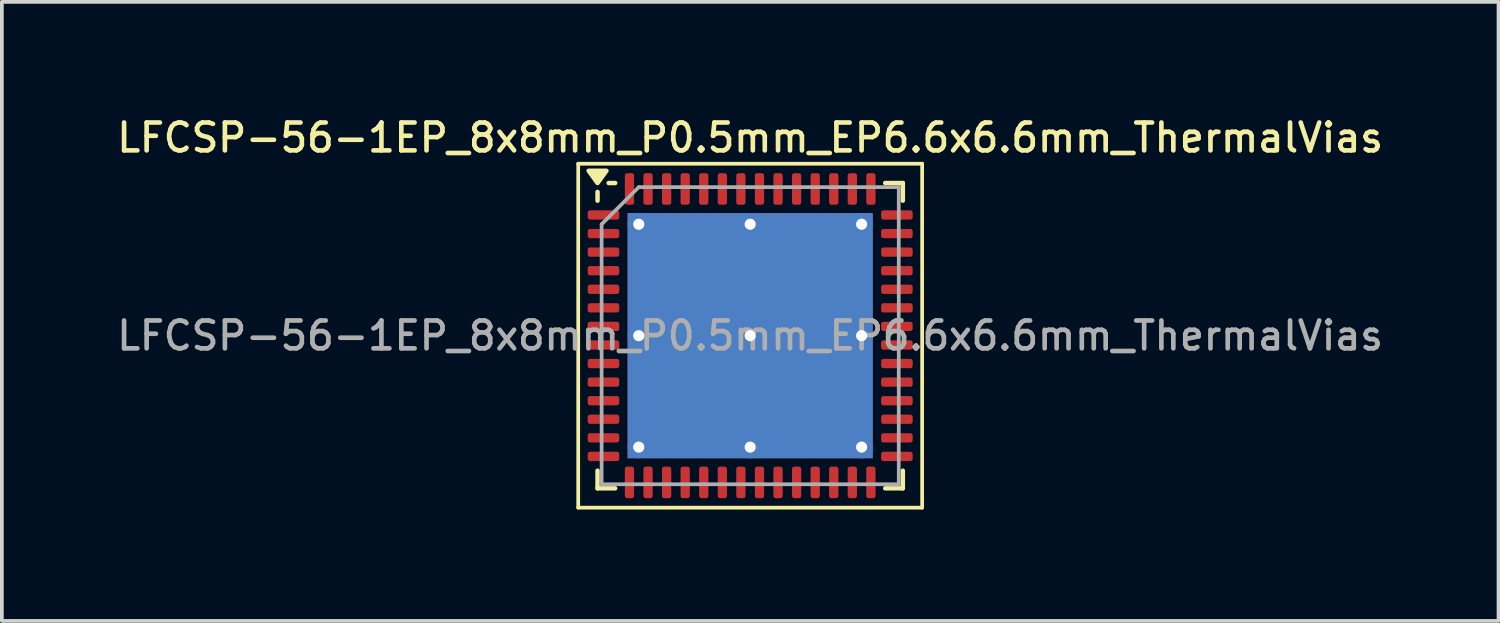
<source format=kicad_pcb>
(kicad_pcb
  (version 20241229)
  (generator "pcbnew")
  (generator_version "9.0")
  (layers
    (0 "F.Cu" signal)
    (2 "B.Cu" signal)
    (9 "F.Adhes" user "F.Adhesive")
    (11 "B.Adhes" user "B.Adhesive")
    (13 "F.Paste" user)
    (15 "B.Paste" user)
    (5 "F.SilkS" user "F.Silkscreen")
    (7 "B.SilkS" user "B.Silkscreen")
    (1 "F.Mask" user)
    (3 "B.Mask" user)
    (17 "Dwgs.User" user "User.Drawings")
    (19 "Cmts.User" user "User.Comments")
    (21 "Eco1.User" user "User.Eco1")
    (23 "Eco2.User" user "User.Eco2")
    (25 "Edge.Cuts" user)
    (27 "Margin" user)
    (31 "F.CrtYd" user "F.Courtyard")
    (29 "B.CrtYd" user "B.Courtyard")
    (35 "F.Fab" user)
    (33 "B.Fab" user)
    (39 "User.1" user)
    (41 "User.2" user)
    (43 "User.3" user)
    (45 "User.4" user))
  (footprint "LFCSP-56-1EP_8x8mm_P0.5mm_EP6.6x6.6mm_ThermalVias"
    (layer "F.Cu")
    (at 17.148 5.988)
    (property "Reference" "LFCSP-56-1EP_8x8mm_P0.5mm_EP6.6x6.6mm_ThermalVias" (at 0 -5.33 0) (layer "F.SilkS") (effects (font (size 0.75 0.75) (thickness 0.125))))
    (attr smd)
    (fp_line (start -4.63 -4.63) (end -4.63 4.63) (stroke (width 0.1) (type solid)) (layer "F.SilkS"))
    (fp_line (start -4.63 4.63) (end 4.63 4.63) (stroke (width 0.1) (type solid)) (layer "F.SilkS"))
    (fp_line (start -4.11 -3.635) (end -4.11 -3.87) (stroke (width 0.12) (type solid)) (layer "F.SilkS"))
    (fp_line (start -4.11 4.11) (end -4.11 3.635) (stroke (width 0.12) (type solid)) (layer "F.SilkS"))
    (fp_line (start -3.635 -4.11) (end -3.81 -4.11) (stroke (width 0.12) (type solid)) (layer "F.SilkS"))
    (fp_line (start -3.635 4.11) (end -4.11 4.11) (stroke (width 0.12) (type solid)) (layer "F.SilkS"))
    (fp_line (start 3.635 -4.11) (end 4.11 -4.11) (stroke (width 0.12) (type solid)) (layer "F.SilkS"))
    (fp_line (start 3.635 4.11) (end 4.11 4.11) (stroke (width 0.12) (type solid)) (layer "F.SilkS"))
    (fp_line (start 4.11 -4.11) (end 4.11 -3.635) (stroke (width 0.12) (type solid)) (layer "F.SilkS"))
    (fp_line (start 4.11 4.11) (end 4.11 3.635) (stroke (width 0.12) (type solid)) (layer "F.SilkS"))
    (fp_line (start 4.63 -4.63) (end -4.63 -4.63) (stroke (width 0.1) (type solid)) (layer "F.SilkS"))
    (fp_line (start 4.63 4.63) (end 4.63 -4.63) (stroke (width 0.1) (type solid)) (layer "F.SilkS"))
    (fp_poly (pts (xy -4.11 -4.11) (xy -4.35 -4.44) (xy -3.87 -4.44) (xy -4.11 -4.11)) (stroke (width 0.12) (type solid)) (fill yes) (layer "F.SilkS"))
    (fp_line (start -4 -3) (end -3 -4) (stroke (width 0.1) (type solid)) (layer "F.Fab"))
    (fp_line (start -4 4) (end -4 -3) (stroke (width 0.1) (type solid)) (layer "F.Fab"))
    (fp_line (start -3 -4) (end 4 -4) (stroke (width 0.1) (type solid)) (layer "F.Fab"))
    (fp_line (start 4 -4) (end 4 4) (stroke (width 0.1) (type solid)) (layer "F.Fab"))
    (fp_line (start 4 4) (end -4 4) (stroke (width 0.1) (type solid)) (layer "F.Fab"))
    (fp_text user "${REFERENCE}" (at 0 0 0) (layer "F.Fab") (effects (font (size 0.75 0.75) (thickness 0.125))))
    (pad "" smd custom (at -1.5 -1.5) (size 2.708 2.708) (layers "F.Paste") (options (anchor circle)) (primitives (gr_poly (pts (xy -1.279 -1.156) (xy -1.156 -1.279) (xy 1.156 -1.279) (xy 1.279 -1.156) (xy 1.279 1.156) (xy 1.156 1.279) (xy -1.156 1.279) (xy -1.279 1.156)) (width 0.299) (fill yes))))
    (pad "" smd custom (at -1.5 1.5) (size 2.708 2.708) (layers "F.Paste") (options (anchor circle)) (primitives (gr_poly (pts (xy -1.279 -1.156) (xy -1.156 -1.279) (xy 1.156 -1.279) (xy 1.279 -1.156) (xy 1.279 1.156) (xy 1.156 1.279) (xy -1.156 1.279) (xy -1.279 1.156)) (width 0.299) (fill yes))))
    (pad "" smd custom (at 1.5 -1.5) (size 2.708 2.708) (layers "F.Paste") (options (anchor circle)) (primitives (gr_poly (pts (xy -1.279 -1.156) (xy -1.156 -1.279) (xy 1.156 -1.279) (xy 1.279 -1.156) (xy 1.279 1.156) (xy 1.156 1.279) (xy -1.156 1.279) (xy -1.279 1.156)) (width 0.299) (fill yes))))
    (pad "" smd custom (at 1.5 1.5) (size 2.708 2.708) (layers "F.Paste") (options (anchor circle)) (primitives (gr_poly (pts (xy -1.279 -1.156) (xy -1.156 -1.279) (xy 1.156 -1.279) (xy 1.279 -1.156) (xy 1.279 1.156) (xy 1.156 1.279) (xy -1.156 1.279) (xy -1.279 1.156)) (width 0.299) (fill yes))))
    (pad "1" smd roundrect (at -3.95 -3.25) (size 0.85 0.25) (layers "F.Cu" "F.Mask" "F.Paste") (roundrect_rratio 0.25))
    (pad "2" smd roundrect (at -3.95 -2.75) (size 0.85 0.25) (layers "F.Cu" "F.Mask" "F.Paste") (roundrect_rratio 0.25))
    (pad "3" smd roundrect (at -3.95 -2.25) (size 0.85 0.25) (layers "F.Cu" "F.Mask" "F.Paste") (roundrect_rratio 0.25))
    (pad "4" smd roundrect (at -3.95 -1.75) (size 0.85 0.25) (layers "F.Cu" "F.Mask" "F.Paste") (roundrect_rratio 0.25))
    (pad "5" smd roundrect (at -3.95 -1.25) (size 0.85 0.25) (layers "F.Cu" "F.Mask" "F.Paste") (roundrect_rratio 0.25))
    (pad "6" smd roundrect (at -3.95 -0.75) (size 0.85 0.25) (layers "F.Cu" "F.Mask" "F.Paste") (roundrect_rratio 0.25))
    (pad "7" smd roundrect (at -3.95 -0.25) (size 0.85 0.25) (layers "F.Cu" "F.Mask" "F.Paste") (roundrect_rratio 0.25))
    (pad "8" smd roundrect (at -3.95 0.25) (size 0.85 0.25) (layers "F.Cu" "F.Mask" "F.Paste") (roundrect_rratio 0.25))
    (pad "9" smd roundrect (at -3.95 0.75) (size 0.85 0.25) (layers "F.Cu" "F.Mask" "F.Paste") (roundrect_rratio 0.25))
    (pad "10" smd roundrect (at -3.95 1.25) (size 0.85 0.25) (layers "F.Cu" "F.Mask" "F.Paste") (roundrect_rratio 0.25))
    (pad "11" smd roundrect (at -3.95 1.75) (size 0.85 0.25) (layers "F.Cu" "F.Mask" "F.Paste") (roundrect_rratio 0.25))
    (pad "12" smd roundrect (at -3.95 2.25) (size 0.85 0.25) (layers "F.Cu" "F.Mask" "F.Paste") (roundrect_rratio 0.25))
    (pad "13" smd roundrect (at -3.95 2.75) (size 0.85 0.25) (layers "F.Cu" "F.Mask" "F.Paste") (roundrect_rratio 0.25))
    (pad "14" smd roundrect (at -3.95 3.25) (size 0.85 0.25) (layers "F.Cu" "F.Mask" "F.Paste") (roundrect_rratio 0.25))
    (pad "15" smd roundrect (at -3.25 3.95) (size 0.25 0.85) (layers "F.Cu" "F.Mask" "F.Paste") (roundrect_rratio 0.25))
    (pad "16" smd roundrect (at -2.75 3.95) (size 0.25 0.85) (layers "F.Cu" "F.Mask" "F.Paste") (roundrect_rratio 0.25))
    (pad "17" smd roundrect (at -2.25 3.95) (size 0.25 0.85) (layers "F.Cu" "F.Mask" "F.Paste") (roundrect_rratio 0.25))
    (pad "18" smd roundrect (at -1.75 3.95) (size 0.25 0.85) (layers "F.Cu" "F.Mask" "F.Paste") (roundrect_rratio 0.25))
    (pad "19" smd roundrect (at -1.25 3.95) (size 0.25 0.85) (layers "F.Cu" "F.Mask" "F.Paste") (roundrect_rratio 0.25))
    (pad "20" smd roundrect (at -0.75 3.95) (size 0.25 0.85) (layers "F.Cu" "F.Mask" "F.Paste") (roundrect_rratio 0.25))
    (pad "21" smd roundrect (at -0.25 3.95) (size 0.25 0.85) (layers "F.Cu" "F.Mask" "F.Paste") (roundrect_rratio 0.25))
    (pad "22" smd roundrect (at 0.25 3.95) (size 0.25 0.85) (layers "F.Cu" "F.Mask" "F.Paste") (roundrect_rratio 0.25))
    (pad "23" smd roundrect (at 0.75 3.95) (size 0.25 0.85) (layers "F.Cu" "F.Mask" "F.Paste") (roundrect_rratio 0.25))
    (pad "24" smd roundrect (at 1.25 3.95) (size 0.25 0.85) (layers "F.Cu" "F.Mask" "F.Paste") (roundrect_rratio 0.25))
    (pad "25" smd roundrect (at 1.75 3.95) (size 0.25 0.85) (layers "F.Cu" "F.Mask" "F.Paste") (roundrect_rratio 0.25))
    (pad "26" smd roundrect (at 2.25 3.95) (size 0.25 0.85) (layers "F.Cu" "F.Mask" "F.Paste") (roundrect_rratio 0.25))
    (pad "27" smd roundrect (at 2.75 3.95) (size 0.25 0.85) (layers "F.Cu" "F.Mask" "F.Paste") (roundrect_rratio 0.25))
    (pad "28" smd roundrect (at 3.25 3.95) (size 0.25 0.85) (layers "F.Cu" "F.Mask" "F.Paste") (roundrect_rratio 0.25))
    (pad "29" smd roundrect (at 3.95 3.25) (size 0.85 0.25) (layers "F.Cu" "F.Mask" "F.Paste") (roundrect_rratio 0.25))
    (pad "30" smd roundrect (at 3.95 2.75) (size 0.85 0.25) (layers "F.Cu" "F.Mask" "F.Paste") (roundrect_rratio 0.25))
    (pad "31" smd roundrect (at 3.95 2.25) (size 0.85 0.25) (layers "F.Cu" "F.Mask" "F.Paste") (roundrect_rratio 0.25))
    (pad "32" smd roundrect (at 3.95 1.75) (size 0.85 0.25) (layers "F.Cu" "F.Mask" "F.Paste") (roundrect_rratio 0.25))
    (pad "33" smd roundrect (at 3.95 1.25) (size 0.85 0.25) (layers "F.Cu" "F.Mask" "F.Paste") (roundrect_rratio 0.25))
    (pad "34" smd roundrect (at 3.95 0.75) (size 0.85 0.25) (layers "F.Cu" "F.Mask" "F.Paste") (roundrect_rratio 0.25))
    (pad "35" smd roundrect (at 3.95 0.25) (size 0.85 0.25) (layers "F.Cu" "F.Mask" "F.Paste") (roundrect_rratio 0.25))
    (pad "36" smd roundrect (at 3.95 -0.25) (size 0.85 0.25) (layers "F.Cu" "F.Mask" "F.Paste") (roundrect_rratio 0.25))
    (pad "37" smd roundrect (at 3.95 -0.75) (size 0.85 0.25) (layers "F.Cu" "F.Mask" "F.Paste") (roundrect_rratio 0.25))
    (pad "38" smd roundrect (at 3.95 -1.25) (size 0.85 0.25) (layers "F.Cu" "F.Mask" "F.Paste") (roundrect_rratio 0.25))
    (pad "39" smd roundrect (at 3.95 -1.75) (size 0.85 0.25) (layers "F.Cu" "F.Mask" "F.Paste") (roundrect_rratio 0.25))
    (pad "40" smd roundrect (at 3.95 -2.25) (size 0.85 0.25) (layers "F.Cu" "F.Mask" "F.Paste") (roundrect_rratio 0.25))
    (pad "41" smd roundrect (at 3.95 -2.75) (size 0.85 0.25) (layers "F.Cu" "F.Mask" "F.Paste") (roundrect_rratio 0.25))
    (pad "42" smd roundrect (at 3.95 -3.25) (size 0.85 0.25) (layers "F.Cu" "F.Mask" "F.Paste") (roundrect_rratio 0.25))
    (pad "43" smd roundrect (at 3.25 -3.95) (size 0.25 0.85) (layers "F.Cu" "F.Mask" "F.Paste") (roundrect_rratio 0.25))
    (pad "44" smd roundrect (at 2.75 -3.95) (size 0.25 0.85) (layers "F.Cu" "F.Mask" "F.Paste") (roundrect_rratio 0.25))
    (pad "45" smd roundrect (at 2.25 -3.95) (size 0.25 0.85) (layers "F.Cu" "F.Mask" "F.Paste") (roundrect_rratio 0.25))
    (pad "46" smd roundrect (at 1.75 -3.95) (size 0.25 0.85) (layers "F.Cu" "F.Mask" "F.Paste") (roundrect_rratio 0.25))
    (pad "47" smd roundrect (at 1.25 -3.95) (size 0.25 0.85) (layers "F.Cu" "F.Mask" "F.Paste") (roundrect_rratio 0.25))
    (pad "48" smd roundrect (at 0.75 -3.95) (size 0.25 0.85) (layers "F.Cu" "F.Mask" "F.Paste") (roundrect_rratio 0.25))
    (pad "49" smd roundrect (at 0.25 -3.95) (size 0.25 0.85) (layers "F.Cu" "F.Mask" "F.Paste") (roundrect_rratio 0.25))
    (pad "50" smd roundrect (at -0.25 -3.95) (size 0.25 0.85) (layers "F.Cu" "F.Mask" "F.Paste") (roundrect_rratio 0.25))
    (pad "51" smd roundrect (at -0.75 -3.95) (size 0.25 0.85) (layers "F.Cu" "F.Mask" "F.Paste") (roundrect_rratio 0.25))
    (pad "52" smd roundrect (at -1.25 -3.95) (size 0.25 0.85) (layers "F.Cu" "F.Mask" "F.Paste") (roundrect_rratio 0.25))
    (pad "53" smd roundrect (at -1.75 -3.95) (size 0.25 0.85) (layers "F.Cu" "F.Mask" "F.Paste") (roundrect_rratio 0.25))
    (pad "54" smd roundrect (at -2.25 -3.95) (size 0.25 0.85) (layers "F.Cu" "F.Mask" "F.Paste") (roundrect_rratio 0.25))
    (pad "55" smd roundrect (at -2.75 -3.95) (size 0.25 0.85) (layers "F.Cu" "F.Mask" "F.Paste") (roundrect_rratio 0.25))
    (pad "56" smd roundrect (at -3.25 -3.95) (size 0.25 0.85) (layers "F.Cu" "F.Mask" "F.Paste") (roundrect_rratio 0.25))
    (pad "57" thru_hole circle (at -3 -3) (size 0.6 0.6) (drill 0.3) (property pad_prop_heatsink) (layers "*.Cu"))
    (pad "57" thru_hole circle (at -3 0) (size 0.6 0.6) (drill 0.3) (property pad_prop_heatsink) (layers "*.Cu"))
    (pad "57" thru_hole circle (at -3 3) (size 0.6 0.6) (drill 0.3) (property pad_prop_heatsink) (layers "*.Cu"))
    (pad "57" thru_hole circle (at 0 -3) (size 0.6 0.6) (drill 0.3) (property pad_prop_heatsink) (layers "*.Cu"))
    (pad "57" thru_hole circle (at 0 0) (size 0.6 0.6) (drill 0.3) (property pad_prop_heatsink) (layers "*.Cu"))
    (pad "57" smd rect (at 0 0) (size 6.6 6.6) (property pad_prop_heatsink) (layers "F.Cu" "F.Mask"))
    (pad "57" smd rect (at 0 0) (size 6.6 6.6) (property pad_prop_heatsink) (layers "B.Cu"))
    (pad "57" thru_hole circle (at 0 3) (size 0.6 0.6) (drill 0.3) (property pad_prop_heatsink) (layers "*.Cu"))
    (pad "57" thru_hole circle (at 3 -3) (size 0.6 0.6) (drill 0.3) (property pad_prop_heatsink) (layers "*.Cu"))
    (pad "57" thru_hole circle (at 3 0) (size 0.6 0.6) (drill 0.3) (property pad_prop_heatsink) (layers "*.Cu"))
    (pad "57" thru_hole circle (at 3 3) (size 0.6 0.6) (drill 0.3) (property pad_prop_heatsink) (layers "*.Cu")))
  (gr_rect
    (start -3 -3)
    (end 37.296 13.668)
    (stroke (width 0.1) (type default))
    (fill no)
    (layer "Edge.Cuts")))
</source>
